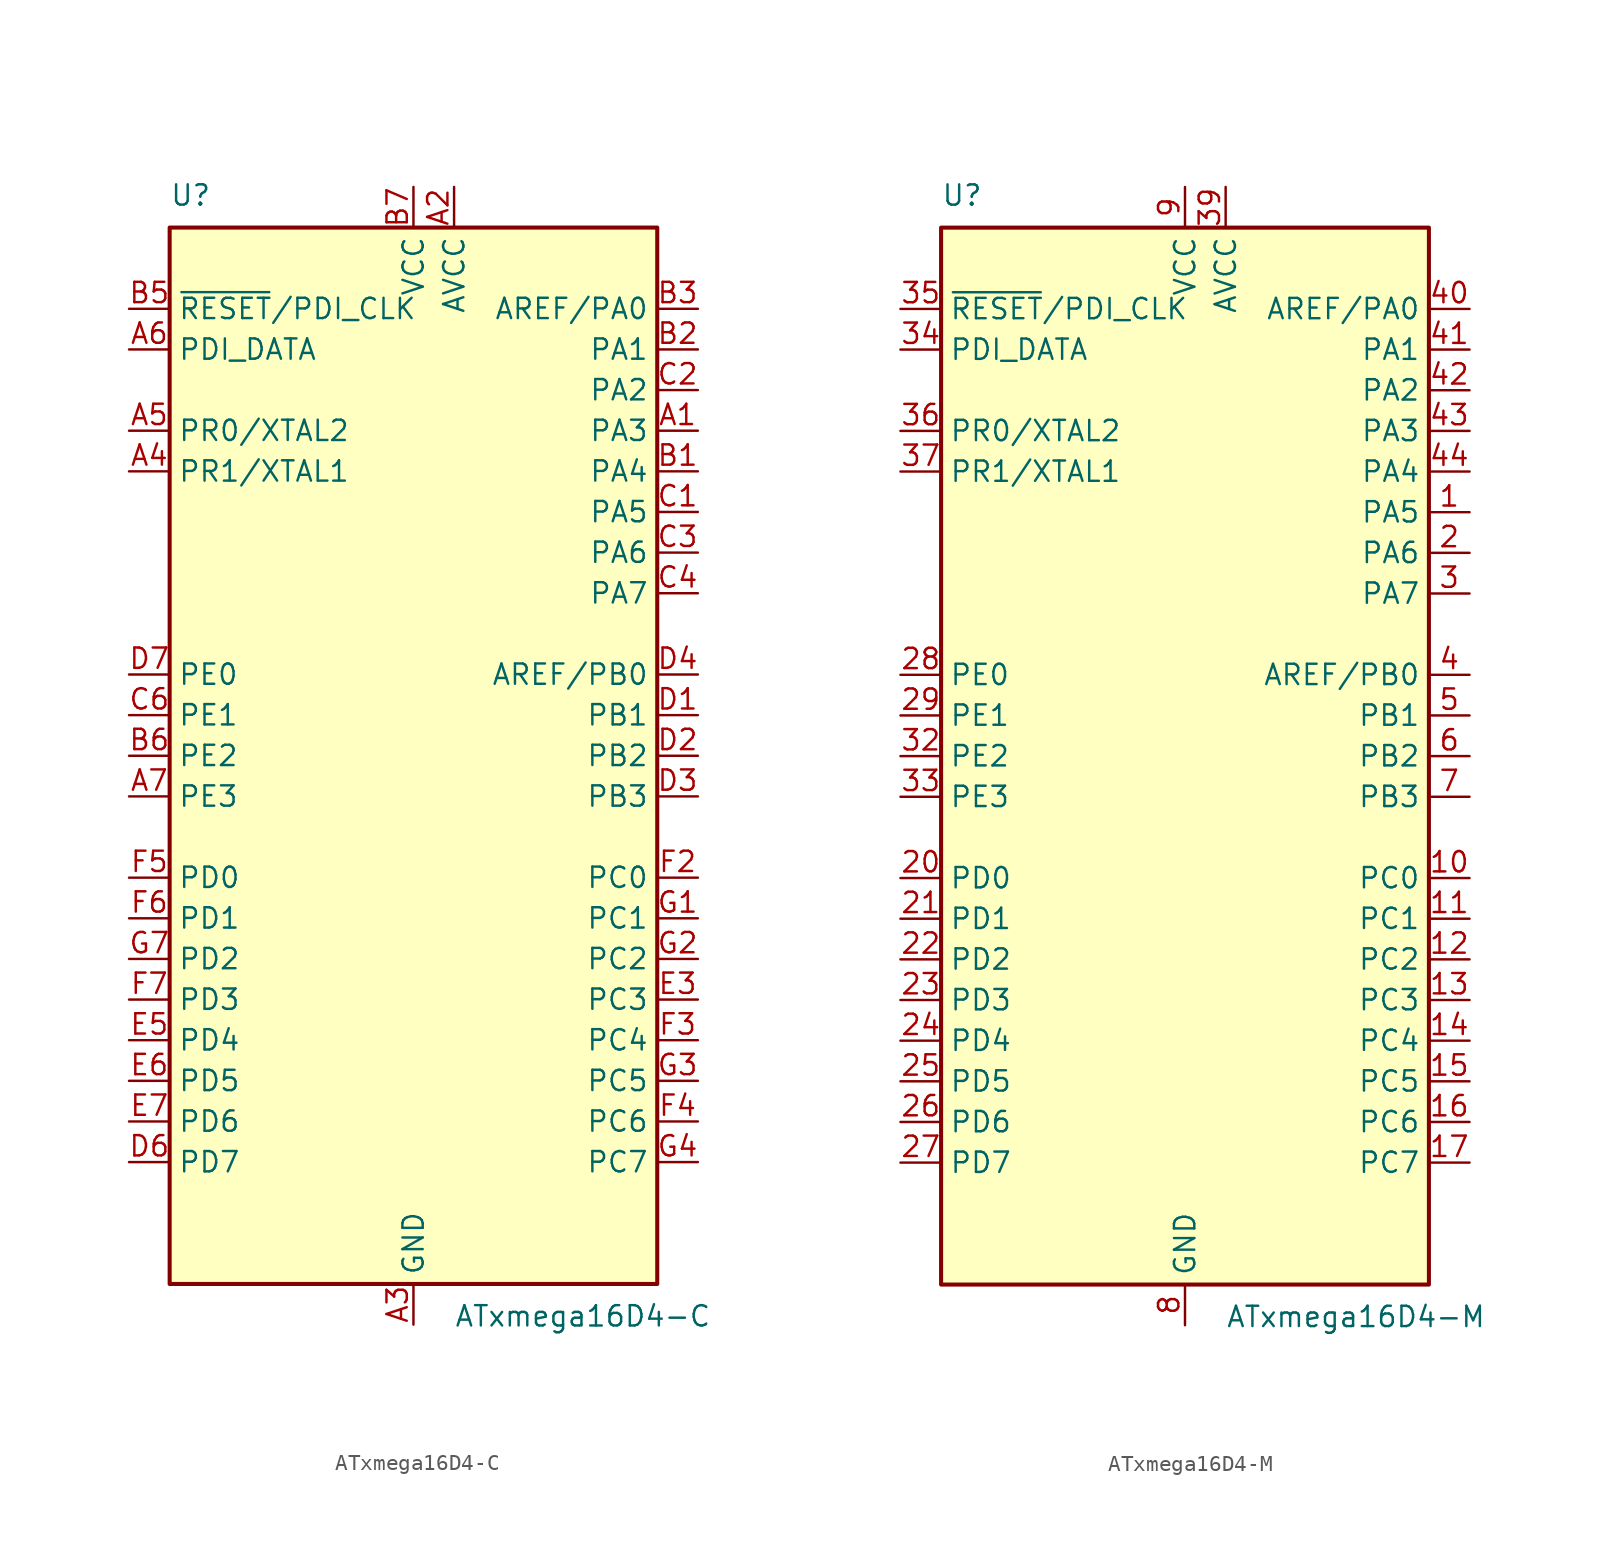
<source format=kicad_sym>
(kicad_symbol_lib
  (version 20220914)
  (generator kicad_symbol_editor)
  (symbol "ATxmega16D4-C"
    (property "Reference" "U"
      (at -15.24 34.29 0)
      (effects (font (size 1.27 1.27)) (justify left bottom)))
    (property "Value" "ATxmega16D4-C"
      (at 2.54 -34.29 0)
      (effects (font (size 1.27 1.27)) (justify left top)))
    (symbol "ATxmega16D4-C_0_1"
      (rectangle (start -15.24 -33.02) (end 15.24 33.02) (stroke (width 0.254) (type default)) (fill (type background))))
    (symbol "ATxmega16D4-C_1_1"
      (pin bidirectional line (at 17.78 20.32 180) (length 2.54) (name "PA3" (effects (font (size 1.27 1.27)))) (number "A1" (effects (font (size 1.27 1.27)))))
      (pin power_in line (at 2.54 35.56 270) (length 2.54) (name "AVCC" (effects (font (size 1.27 1.27)))) (number "A2" (effects (font (size 1.27 1.27)))))
      (pin power_in line (at 0 -35.56 90) (length 2.54) (name "GND" (effects (font (size 1.27 1.27)))) (number "A3" (effects (font (size 1.27 1.27)))))
      (pin bidirectional line (at -17.78 17.78 0) (length 2.54) (name "PR1/XTAL1" (effects (font (size 1.27 1.27)))) (number "A4" (effects (font (size 1.27 1.27)))))
      (pin bidirectional line (at -17.78 20.32 0) (length 2.54) (name "PR0/XTAL2" (effects (font (size 1.27 1.27)))) (number "A5" (effects (font (size 1.27 1.27)))))
      (pin bidirectional line (at -17.78 25.4 0) (length 2.54) (name "PDI_DATA" (effects (font (size 1.27 1.27)))) (number "A6" (effects (font (size 1.27 1.27)))))
      (pin bidirectional line (at -17.78 -2.54 0) (length 2.54) (name "PE3" (effects (font (size 1.27 1.27)))) (number "A7" (effects (font (size 1.27 1.27)))))
      (pin bidirectional line (at 17.78 17.78 180) (length 2.54) (name "PA4" (effects (font (size 1.27 1.27)))) (number "B1" (effects (font (size 1.27 1.27)))))
      (pin bidirectional line (at 17.78 25.4 180) (length 2.54) (name "PA1" (effects (font (size 1.27 1.27)))) (number "B2" (effects (font (size 1.27 1.27)))))
      (pin bidirectional line (at 17.78 27.94 180) (length 2.54) (name "AREF/PA0" (effects (font (size 1.27 1.27)))) (number "B3" (effects (font (size 1.27 1.27)))))
      (pin passive line (at 0 -35.56 90) (length 2.54) hide (name "GND" (effects (font (size 1.27 1.27)))) (number "B4" (effects (font (size 1.27 1.27)))))
      (pin input line (at -17.78 27.94 0) (length 2.54) (name "~{RESET}/PDI_CLK" (effects (font (size 1.27 1.27)))) (number "B5" (effects (font (size 1.27 1.27)))))
      (pin bidirectional line (at -17.78 0 0) (length 2.54) (name "PE2" (effects (font (size 1.27 1.27)))) (number "B6" (effects (font (size 1.27 1.27)))))
      (pin power_in line (at 0 35.56 270) (length 2.54) (name "VCC" (effects (font (size 1.27 1.27)))) (number "B7" (effects (font (size 1.27 1.27)))))
      (pin bidirectional line (at 17.78 15.24 180) (length 2.54) (name "PA5" (effects (font (size 1.27 1.27)))) (number "C1" (effects (font (size 1.27 1.27)))))
      (pin bidirectional line (at 17.78 22.86 180) (length 2.54) (name "PA2" (effects (font (size 1.27 1.27)))) (number "C2" (effects (font (size 1.27 1.27)))))
      (pin bidirectional line (at 17.78 12.7 180) (length 2.54) (name "PA6" (effects (font (size 1.27 1.27)))) (number "C3" (effects (font (size 1.27 1.27)))))
      (pin bidirectional line (at 17.78 10.16 180) (length 2.54) (name "PA7" (effects (font (size 1.27 1.27)))) (number "C4" (effects (font (size 1.27 1.27)))))
      (pin passive line (at 0 -35.56 90) (length 2.54) hide (name "GND" (effects (font (size 1.27 1.27)))) (number "C5" (effects (font (size 1.27 1.27)))))
      (pin bidirectional line (at -17.78 2.54 0) (length 2.54) (name "PE1" (effects (font (size 1.27 1.27)))) (number "C6" (effects (font (size 1.27 1.27)))))
      (pin passive line (at 0 -35.56 90) (length 2.54) hide (name "GND" (effects (font (size 1.27 1.27)))) (number "C7" (effects (font (size 1.27 1.27)))))
      (pin bidirectional line (at 17.78 2.54 180) (length 2.54) (name "PB1" (effects (font (size 1.27 1.27)))) (number "D1" (effects (font (size 1.27 1.27)))))
      (pin bidirectional line (at 17.78 0 180) (length 2.54) (name "PB2" (effects (font (size 1.27 1.27)))) (number "D2" (effects (font (size 1.27 1.27)))))
      (pin bidirectional line (at 17.78 -2.54 180) (length 2.54) (name "PB3" (effects (font (size 1.27 1.27)))) (number "D3" (effects (font (size 1.27 1.27)))))
      (pin bidirectional line (at 17.78 5.08 180) (length 2.54) (name "AREF/PB0" (effects (font (size 1.27 1.27)))) (number "D4" (effects (font (size 1.27 1.27)))))
      (pin passive line (at 0 -35.56 90) (length 2.54) hide (name "GND" (effects (font (size 1.27 1.27)))) (number "D5" (effects (font (size 1.27 1.27)))))
      (pin bidirectional line (at -17.78 -25.4 0) (length 2.54) (name "PD7" (effects (font (size 1.27 1.27)))) (number "D6" (effects (font (size 1.27 1.27)))))
      (pin bidirectional line (at -17.78 5.08 0) (length 2.54) (name "PE0" (effects (font (size 1.27 1.27)))) (number "D7" (effects (font (size 1.27 1.27)))))
      (pin passive line (at 0 -35.56 90) (length 2.54) hide (name "GND" (effects (font (size 1.27 1.27)))) (number "E1" (effects (font (size 1.27 1.27)))))
      (pin passive line (at 0 -35.56 90) (length 2.54) hide (name "GND" (effects (font (size 1.27 1.27)))) (number "E2" (effects (font (size 1.27 1.27)))))
      (pin bidirectional line (at 17.78 -15.24 180) (length 2.54) (name "PC3" (effects (font (size 1.27 1.27)))) (number "E3" (effects (font (size 1.27 1.27)))))
      (pin passive line (at 0 -35.56 90) (length 2.54) hide (name "GND" (effects (font (size 1.27 1.27)))) (number "E4" (effects (font (size 1.27 1.27)))))
      (pin bidirectional line (at -17.78 -17.78 0) (length 2.54) (name "PD4" (effects (font (size 1.27 1.27)))) (number "E5" (effects (font (size 1.27 1.27)))))
      (pin bidirectional line (at -17.78 -20.32 0) (length 2.54) (name "PD5" (effects (font (size 1.27 1.27)))) (number "E6" (effects (font (size 1.27 1.27)))))
      (pin bidirectional line (at -17.78 -22.86 0) (length 2.54) (name "PD6" (effects (font (size 1.27 1.27)))) (number "E7" (effects (font (size 1.27 1.27)))))
      (pin passive line (at 0 35.56 270) (length 2.54) hide (name "VCC" (effects (font (size 1.27 1.27)))) (number "F1" (effects (font (size 1.27 1.27)))))
      (pin bidirectional line (at 17.78 -7.62 180) (length 2.54) (name "PC0" (effects (font (size 1.27 1.27)))) (number "F2" (effects (font (size 1.27 1.27)))))
      (pin bidirectional line (at 17.78 -17.78 180) (length 2.54) (name "PC4" (effects (font (size 1.27 1.27)))) (number "F3" (effects (font (size 1.27 1.27)))))
      (pin bidirectional line (at 17.78 -22.86 180) (length 2.54) (name "PC6" (effects (font (size 1.27 1.27)))) (number "F4" (effects (font (size 1.27 1.27)))))
      (pin bidirectional line (at -17.78 -7.62 0) (length 2.54) (name "PD0" (effects (font (size 1.27 1.27)))) (number "F5" (effects (font (size 1.27 1.27)))))
      (pin bidirectional line (at -17.78 -10.16 0) (length 2.54) (name "PD1" (effects (font (size 1.27 1.27)))) (number "F6" (effects (font (size 1.27 1.27)))))
      (pin bidirectional line (at -17.78 -15.24 0) (length 2.54) (name "PD3" (effects (font (size 1.27 1.27)))) (number "F7" (effects (font (size 1.27 1.27)))))
      (pin bidirectional line (at 17.78 -10.16 180) (length 2.54) (name "PC1" (effects (font (size 1.27 1.27)))) (number "G1" (effects (font (size 1.27 1.27)))))
      (pin bidirectional line (at 17.78 -12.7 180) (length 2.54) (name "PC2" (effects (font (size 1.27 1.27)))) (number "G2" (effects (font (size 1.27 1.27)))))
      (pin bidirectional line (at 17.78 -20.32 180) (length 2.54) (name "PC5" (effects (font (size 1.27 1.27)))) (number "G3" (effects (font (size 1.27 1.27)))))
      (pin bidirectional line (at 17.78 -25.4 180) (length 2.54) (name "PC7" (effects (font (size 1.27 1.27)))) (number "G4" (effects (font (size 1.27 1.27)))))
      (pin passive line (at 0 -35.56 90) (length 2.54) hide (name "GND" (effects (font (size 1.27 1.27)))) (number "G5" (effects (font (size 1.27 1.27)))))
      (pin passive line (at 0 35.56 270) (length 2.54) hide (name "VCC" (effects (font (size 1.27 1.27)))) (number "G6" (effects (font (size 1.27 1.27)))))
      (pin bidirectional line (at -17.78 -12.7 0) (length 2.54) (name "PD2" (effects (font (size 1.27 1.27)))) (number "G7" (effects (font (size 1.27 1.27)))))))
  (symbol "ATxmega16D4-M"
    (property "Reference" "U"
      (at -15.24 34.29 0)
      (effects (font (size 1.27 1.27)) (justify left bottom)))
    (property "Value" "ATxmega16D4-M"
      (at 2.54 -34.29 0)
      (effects (font (size 1.27 1.27)) (justify left top)))
    (symbol "ATxmega16D4-M_0_1"
      (rectangle (start -15.24 -33.02) (end 15.24 33.02) (stroke (width 0.254) (type default)) (fill (type background))))
    (symbol "ATxmega16D4-M_1_1"
      (pin bidirectional line (at 17.78 15.24 180) (length 2.54) (name "PA5" (effects (font (size 1.27 1.27)))) (number "1" (effects (font (size 1.27 1.27)))))
      (pin bidirectional line (at 17.78 -7.62 180) (length 2.54) (name "PC0" (effects (font (size 1.27 1.27)))) (number "10" (effects (font (size 1.27 1.27)))))
      (pin bidirectional line (at 17.78 -10.16 180) (length 2.54) (name "PC1" (effects (font (size 1.27 1.27)))) (number "11" (effects (font (size 1.27 1.27)))))
      (pin bidirectional line (at 17.78 -12.7 180) (length 2.54) (name "PC2" (effects (font (size 1.27 1.27)))) (number "12" (effects (font (size 1.27 1.27)))))
      (pin bidirectional line (at 17.78 -15.24 180) (length 2.54) (name "PC3" (effects (font (size 1.27 1.27)))) (number "13" (effects (font (size 1.27 1.27)))))
      (pin bidirectional line (at 17.78 -17.78 180) (length 2.54) (name "PC4" (effects (font (size 1.27 1.27)))) (number "14" (effects (font (size 1.27 1.27)))))
      (pin bidirectional line (at 17.78 -20.32 180) (length 2.54) (name "PC5" (effects (font (size 1.27 1.27)))) (number "15" (effects (font (size 1.27 1.27)))))
      (pin bidirectional line (at 17.78 -22.86 180) (length 2.54) (name "PC6" (effects (font (size 1.27 1.27)))) (number "16" (effects (font (size 1.27 1.27)))))
      (pin bidirectional line (at 17.78 -25.4 180) (length 2.54) (name "PC7" (effects (font (size 1.27 1.27)))) (number "17" (effects (font (size 1.27 1.27)))))
      (pin passive line (at 0 -35.56 90) (length 2.54) hide (name "GND" (effects (font (size 1.27 1.27)))) (number "18" (effects (font (size 1.27 1.27)))))
      (pin passive line (at 0 35.56 270) (length 2.54) hide (name "VCC" (effects (font (size 1.27 1.27)))) (number "19" (effects (font (size 1.27 1.27)))))
      (pin bidirectional line (at 17.78 12.7 180) (length 2.54) (name "PA6" (effects (font (size 1.27 1.27)))) (number "2" (effects (font (size 1.27 1.27)))))
      (pin bidirectional line (at -17.78 -7.62 0) (length 2.54) (name "PD0" (effects (font (size 1.27 1.27)))) (number "20" (effects (font (size 1.27 1.27)))))
      (pin bidirectional line (at -17.78 -10.16 0) (length 2.54) (name "PD1" (effects (font (size 1.27 1.27)))) (number "21" (effects (font (size 1.27 1.27)))))
      (pin bidirectional line (at -17.78 -12.7 0) (length 2.54) (name "PD2" (effects (font (size 1.27 1.27)))) (number "22" (effects (font (size 1.27 1.27)))))
      (pin bidirectional line (at -17.78 -15.24 0) (length 2.54) (name "PD3" (effects (font (size 1.27 1.27)))) (number "23" (effects (font (size 1.27 1.27)))))
      (pin bidirectional line (at -17.78 -17.78 0) (length 2.54) (name "PD4" (effects (font (size 1.27 1.27)))) (number "24" (effects (font (size 1.27 1.27)))))
      (pin bidirectional line (at -17.78 -20.32 0) (length 2.54) (name "PD5" (effects (font (size 1.27 1.27)))) (number "25" (effects (font (size 1.27 1.27)))))
      (pin bidirectional line (at -17.78 -22.86 0) (length 2.54) (name "PD6" (effects (font (size 1.27 1.27)))) (number "26" (effects (font (size 1.27 1.27)))))
      (pin bidirectional line (at -17.78 -25.4 0) (length 2.54) (name "PD7" (effects (font (size 1.27 1.27)))) (number "27" (effects (font (size 1.27 1.27)))))
      (pin bidirectional line (at -17.78 5.08 0) (length 2.54) (name "PE0" (effects (font (size 1.27 1.27)))) (number "28" (effects (font (size 1.27 1.27)))))
      (pin bidirectional line (at -17.78 2.54 0) (length 2.54) (name "PE1" (effects (font (size 1.27 1.27)))) (number "29" (effects (font (size 1.27 1.27)))))
      (pin bidirectional line (at 17.78 10.16 180) (length 2.54) (name "PA7" (effects (font (size 1.27 1.27)))) (number "3" (effects (font (size 1.27 1.27)))))
      (pin passive line (at 0 -35.56 90) (length 2.54) hide (name "GND" (effects (font (size 1.27 1.27)))) (number "30" (effects (font (size 1.27 1.27)))))
      (pin passive line (at 0 35.56 270) (length 2.54) hide (name "VCC" (effects (font (size 1.27 1.27)))) (number "31" (effects (font (size 1.27 1.27)))))
      (pin bidirectional line (at -17.78 0 0) (length 2.54) (name "PE2" (effects (font (size 1.27 1.27)))) (number "32" (effects (font (size 1.27 1.27)))))
      (pin bidirectional line (at -17.78 -2.54 0) (length 2.54) (name "PE3" (effects (font (size 1.27 1.27)))) (number "33" (effects (font (size 1.27 1.27)))))
      (pin bidirectional line (at -17.78 25.4 0) (length 2.54) (name "PDI_DATA" (effects (font (size 1.27 1.27)))) (number "34" (effects (font (size 1.27 1.27)))))
      (pin input line (at -17.78 27.94 0) (length 2.54) (name "~{RESET}/PDI_CLK" (effects (font (size 1.27 1.27)))) (number "35" (effects (font (size 1.27 1.27)))))
      (pin bidirectional line (at -17.78 20.32 0) (length 2.54) (name "PR0/XTAL2" (effects (font (size 1.27 1.27)))) (number "36" (effects (font (size 1.27 1.27)))))
      (pin bidirectional line (at -17.78 17.78 0) (length 2.54) (name "PR1/XTAL1" (effects (font (size 1.27 1.27)))) (number "37" (effects (font (size 1.27 1.27)))))
      (pin passive line (at 0 -35.56 90) (length 2.54) hide (name "GND" (effects (font (size 1.27 1.27)))) (number "38" (effects (font (size 1.27 1.27)))))
      (pin power_in line (at 2.54 35.56 270) (length 2.54) (name "AVCC" (effects (font (size 1.27 1.27)))) (number "39" (effects (font (size 1.27 1.27)))))
      (pin bidirectional line (at 17.78 5.08 180) (length 2.54) (name "AREF/PB0" (effects (font (size 1.27 1.27)))) (number "4" (effects (font (size 1.27 1.27)))))
      (pin bidirectional line (at 17.78 27.94 180) (length 2.54) (name "AREF/PA0" (effects (font (size 1.27 1.27)))) (number "40" (effects (font (size 1.27 1.27)))))
      (pin bidirectional line (at 17.78 25.4 180) (length 2.54) (name "PA1" (effects (font (size 1.27 1.27)))) (number "41" (effects (font (size 1.27 1.27)))))
      (pin bidirectional line (at 17.78 22.86 180) (length 2.54) (name "PA2" (effects (font (size 1.27 1.27)))) (number "42" (effects (font (size 1.27 1.27)))))
      (pin bidirectional line (at 17.78 20.32 180) (length 2.54) (name "PA3" (effects (font (size 1.27 1.27)))) (number "43" (effects (font (size 1.27 1.27)))))
      (pin bidirectional line (at 17.78 17.78 180) (length 2.54) (name "PA4" (effects (font (size 1.27 1.27)))) (number "44" (effects (font (size 1.27 1.27)))))
      (pin passive line (at 0 -35.56 90) (length 2.54) hide (name "GND" (effects (font (size 1.27 1.27)))) (number "45" (effects (font (size 1.27 1.27)))))
      (pin bidirectional line (at 17.78 2.54 180) (length 2.54) (name "PB1" (effects (font (size 1.27 1.27)))) (number "5" (effects (font (size 1.27 1.27)))))
      (pin bidirectional line (at 17.78 0 180) (length 2.54) (name "PB2" (effects (font (size 1.27 1.27)))) (number "6" (effects (font (size 1.27 1.27)))))
      (pin bidirectional line (at 17.78 -2.54 180) (length 2.54) (name "PB3" (effects (font (size 1.27 1.27)))) (number "7" (effects (font (size 1.27 1.27)))))
      (pin power_in line (at 0 -35.56 90) (length 2.54) (name "GND" (effects (font (size 1.27 1.27)))) (number "8" (effects (font (size 1.27 1.27)))))
      (pin power_in line (at 0 35.56 270) (length 2.54) (name "VCC" (effects (font (size 1.27 1.27)))) (number "9" (effects (font (size 1.27 1.27))))))))
</source>
